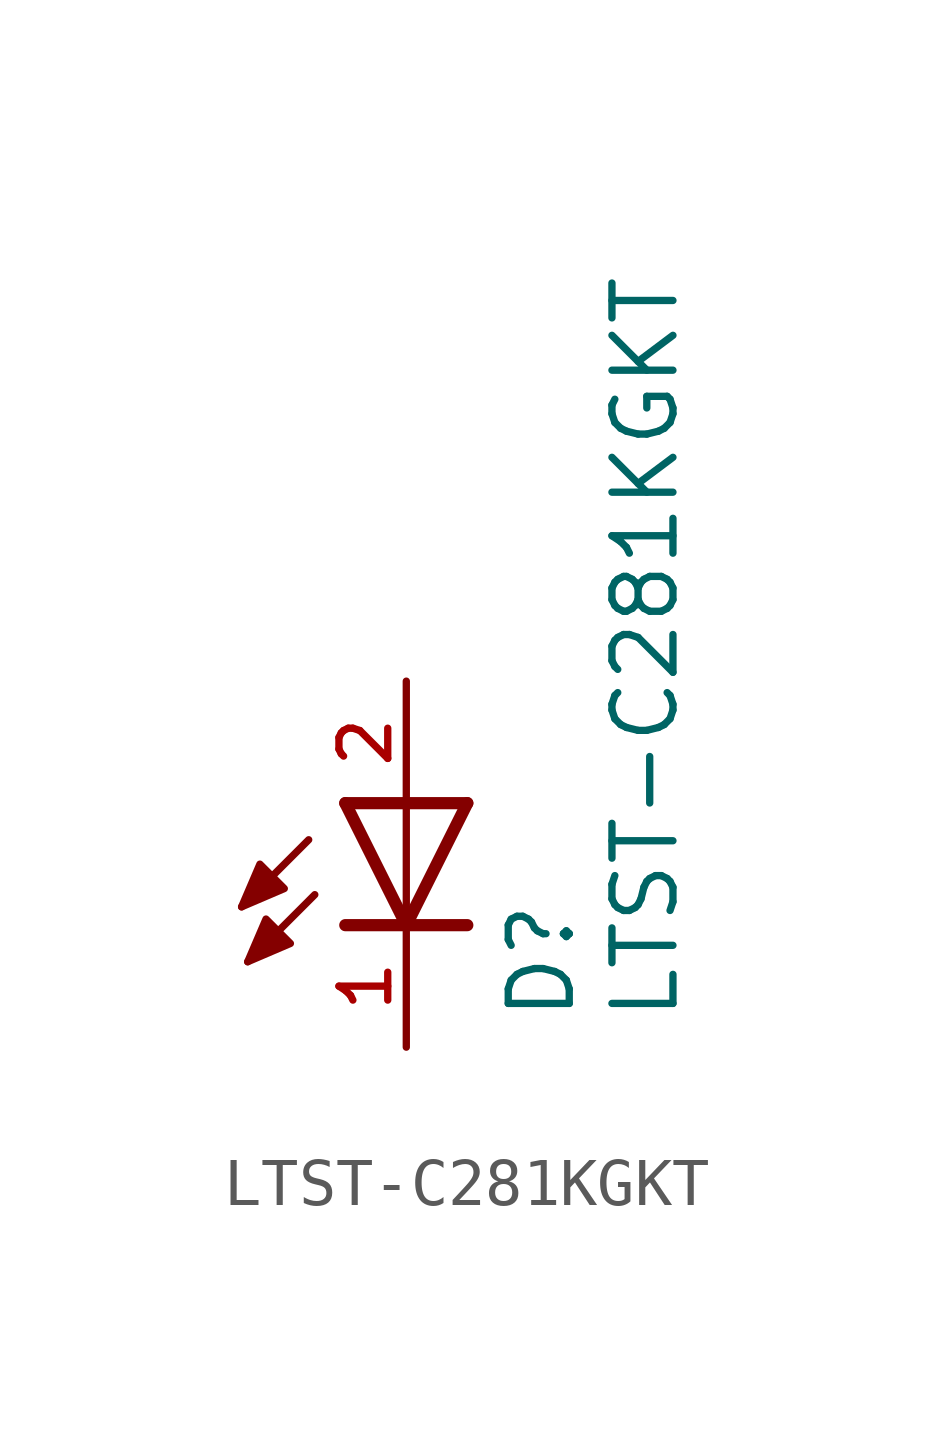
<source format=kicad_sym>
(kicad_symbol_lib
  (version 20211014)
  (generator kicad_symbol_editor)
  (symbol "LTST-C281KGKT"
    (pin_names
      (offset 1.016))
    (property "Reference" "D"
      (at 3.556 -4.572 90.0)
      (effects (font (size 1.27 1.27)) (justify bottom left)))
    (property "Value" "LTST-C281KGKT"
      (at 5.715 -4.572 90.0)
      (effects (font (size 1.27 1.27)) (justify bottom left)))
    (symbol "LTST-C281KGKT_0_0"
      (polyline (pts (xy 1.27 0.0) (xy 0.0 -2.54)) (stroke (width 0.254)))
      (polyline (pts (xy 0.0 -2.54) (xy -1.27 0.0)) (stroke (width 0.254)))
      (polyline (pts (xy 1.27 -2.54) (xy 0.0 -2.54)) (stroke (width 0.254)))
      (polyline (pts (xy 0.0 -2.54) (xy -1.27 -2.54)) (stroke (width 0.254)))
      (polyline (pts (xy 1.27 0.0) (xy 0.0 0.0)) (stroke (width 0.254)))
      (polyline (pts (xy 0.0 0.0) (xy -1.27 0.0)) (stroke (width 0.254)))
      (polyline (pts (xy 0.0 0.0) (xy 0.0 -2.54)) (stroke (width 0.152)))
      (polyline (pts (xy -2.032 -0.762) (xy -3.429 -2.159)) (stroke (width 0.152)))
      (polyline (pts (xy -1.905 -1.905) (xy -3.302 -3.302)) (stroke (width 0.152)))
      (polyline (pts (xy -3.429 -2.159) (xy -3.048 -1.27) (xy -2.54 -1.778) (xy -3.429 -2.159)) (stroke (width 0.152)) (fill (type outline)))
      (polyline (pts (xy -3.302 -3.302) (xy -2.921 -2.413) (xy -2.413 -2.921) (xy -3.302 -3.302)) (stroke (width 0.152)) (fill (type outline)))
      (pin passive line (at 0.0 -5.08 90.0) (length 2.54) (name "~" (effects (font (size 1.016 1.016)))) (number "1" (effects (font (size 1.016 1.016)))))
      (pin passive line (at 0.0 2.54 270.0) (length 2.54) (name "~" (effects (font (size 1.016 1.016)))) (number "2" (effects (font (size 1.016 1.016))))))))
</source>
